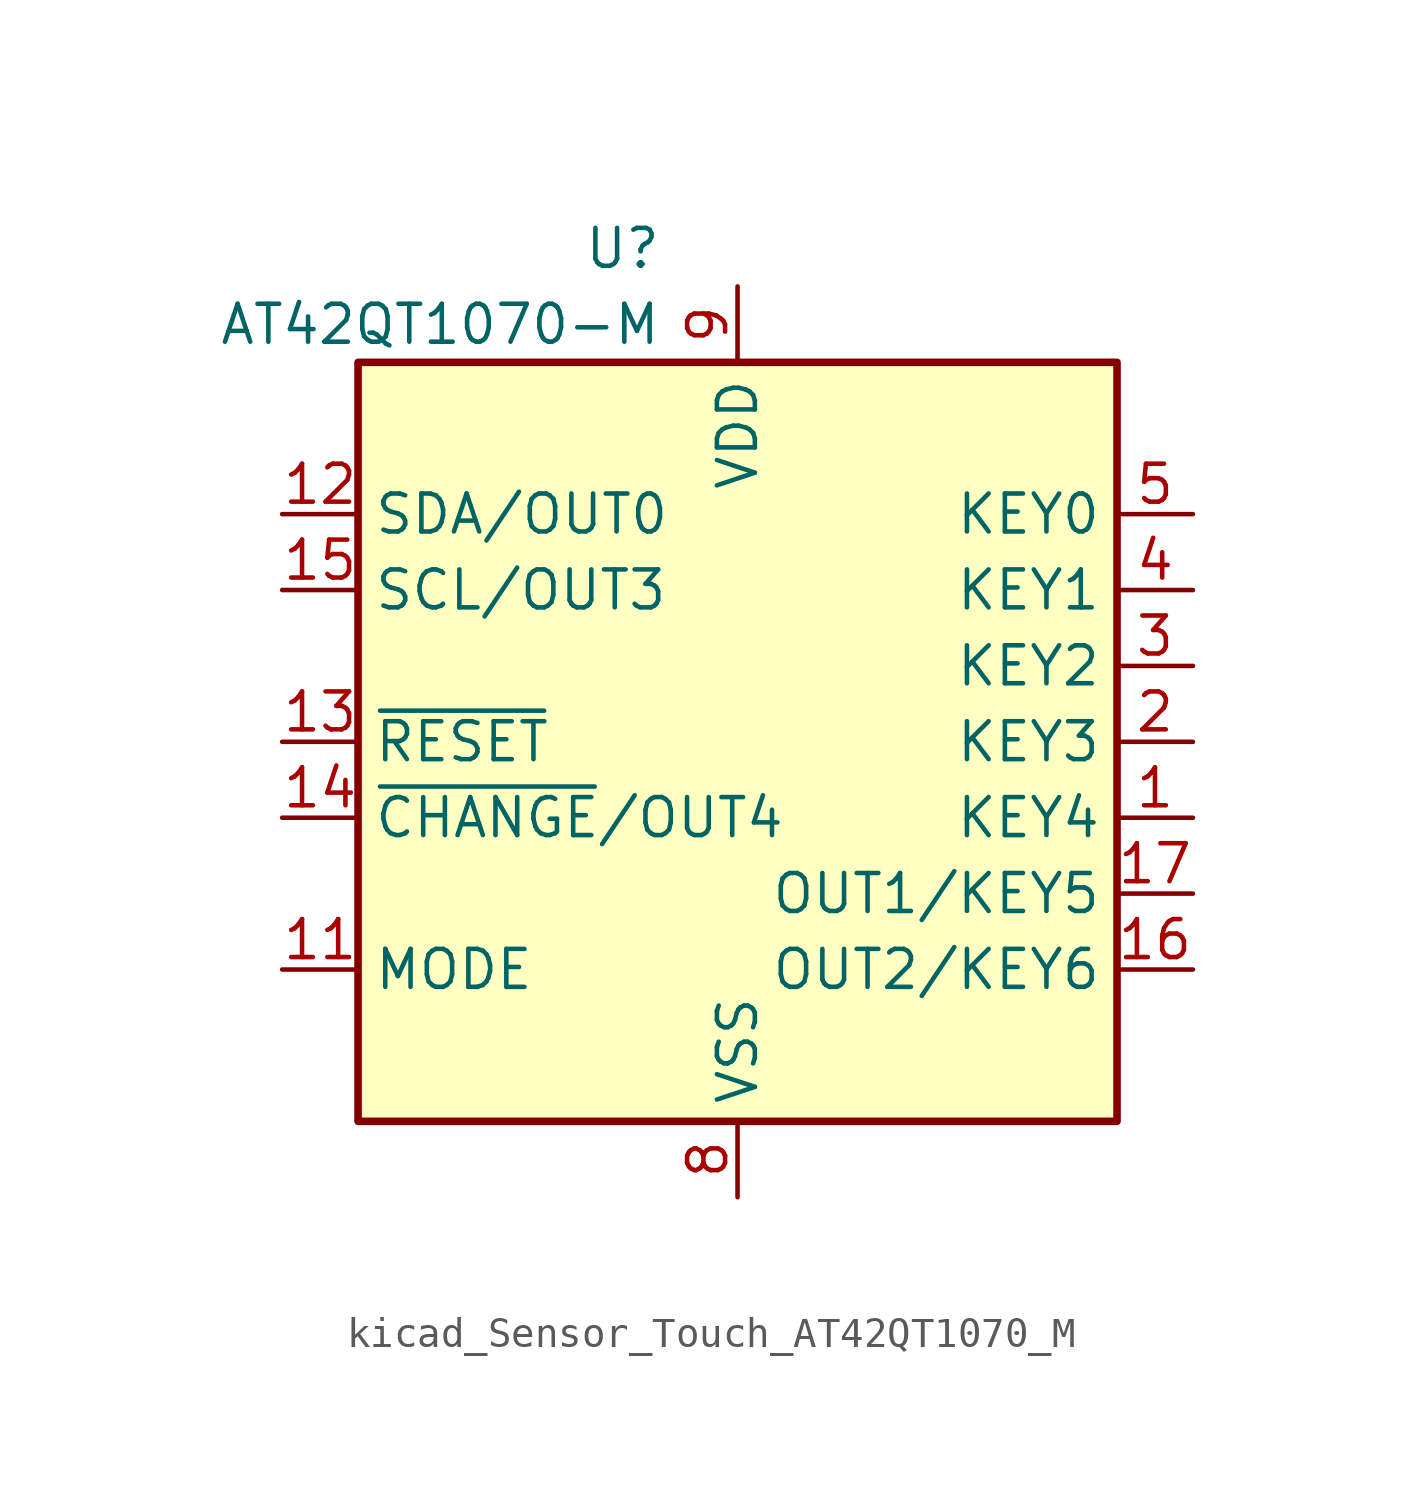
<source format=kicad_sym>
(kicad_symbol_lib
  (version 20220914)
  (generator kicad_symbol_editor)
  (symbol "kicad_Sensor_Touch_AT42QT1070_M"
    (property "Reference" "U"
      (at -2.54 16.51 0)
      (effects (font (size 1.27 1.27)) (justify right)))
    (property "Value" "AT42QT1070-M"
      (at -2.54 13.97 0)
      (effects (font (size 1.27 1.27)) (justify right)))
    (symbol "kicad_Sensor_Touch_AT42QT1070_M_0_1"
      (rectangle (start -12.7 12.7) (end 12.7 -12.7) (stroke (width 0.254) (type default)) (fill (type background))))
    (symbol "kicad_Sensor_Touch_AT42QT1070_M_1_1"
      (pin passive line (at 15.24 -2.54 180) (length 2.54) (name "KEY4" (effects (font (size 1.27 1.27)))) (number "1" (effects (font (size 1.27 1.27)))))
      (pin no_connect line (at -5.08 -12.7 90) (length 2.54) hide (name "NC" (effects (font (size 1.27 1.27)))) (number "10" (effects (font (size 1.27 1.27)))))
      (pin input line (at -15.24 -7.62 0) (length 2.54) (name "MODE" (effects (font (size 1.27 1.27)))) (number "11" (effects (font (size 1.27 1.27)))))
      (pin bidirectional line (at -15.24 7.62 0) (length 2.54) (name "SDA/OUT0" (effects (font (size 1.27 1.27)))) (number "12" (effects (font (size 1.27 1.27)))))
      (pin input line (at -15.24 0 0) (length 2.54) (name "~{RESET}" (effects (font (size 1.27 1.27)))) (number "13" (effects (font (size 1.27 1.27)))))
      (pin open_collector line (at -15.24 -2.54 0) (length 2.54) (name "~{CHANGE}/OUT4" (effects (font (size 1.27 1.27)))) (number "14" (effects (font (size 1.27 1.27)))))
      (pin bidirectional line (at -15.24 5.08 0) (length 2.54) (name "SCL/OUT3" (effects (font (size 1.27 1.27)))) (number "15" (effects (font (size 1.27 1.27)))))
      (pin output line (at 15.24 -7.62 180) (length 2.54) (name "OUT2/KEY6" (effects (font (size 1.27 1.27)))) (number "16" (effects (font (size 1.27 1.27)))))
      (pin output line (at 15.24 -5.08 180) (length 2.54) (name "OUT1/KEY5" (effects (font (size 1.27 1.27)))) (number "17" (effects (font (size 1.27 1.27)))))
      (pin no_connect line (at 5.08 -12.7 90) (length 2.54) hide (name "NC" (effects (font (size 1.27 1.27)))) (number "18" (effects (font (size 1.27 1.27)))))
      (pin no_connect line (at 7.62 -12.7 90) (length 2.54) hide (name "NC" (effects (font (size 1.27 1.27)))) (number "19" (effects (font (size 1.27 1.27)))))
      (pin passive line (at 15.24 0 180) (length 2.54) (name "KEY3" (effects (font (size 1.27 1.27)))) (number "2" (effects (font (size 1.27 1.27)))))
      (pin no_connect line (at 10.16 -12.7 90) (length 2.54) hide (name "NC" (effects (font (size 1.27 1.27)))) (number "20" (effects (font (size 1.27 1.27)))))
      (pin passive line (at 0 -15.24 90) (length 2.54) hide (name "VSS" (effects (font (size 1.27 1.27)))) (number "21" (effects (font (size 1.27 1.27)))))
      (pin passive line (at 15.24 2.54 180) (length 2.54) (name "KEY2" (effects (font (size 1.27 1.27)))) (number "3" (effects (font (size 1.27 1.27)))))
      (pin passive line (at 15.24 5.08 180) (length 2.54) (name "KEY1" (effects (font (size 1.27 1.27)))) (number "4" (effects (font (size 1.27 1.27)))))
      (pin passive line (at 15.24 7.62 180) (length 2.54) (name "KEY0" (effects (font (size 1.27 1.27)))) (number "5" (effects (font (size 1.27 1.27)))))
      (pin no_connect line (at -10.16 -12.7 90) (length 2.54) hide (name "NC" (effects (font (size 1.27 1.27)))) (number "6" (effects (font (size 1.27 1.27)))))
      (pin no_connect line (at -7.62 -12.7 90) (length 2.54) hide (name "NC" (effects (font (size 1.27 1.27)))) (number "7" (effects (font (size 1.27 1.27)))))
      (pin power_in line (at 0 -15.24 90) (length 2.54) (name "VSS" (effects (font (size 1.27 1.27)))) (number "8" (effects (font (size 1.27 1.27)))))
      (pin power_in line (at 0 15.24 270) (length 2.54) (name "VDD" (effects (font (size 1.27 1.27)))) (number "9" (effects (font (size 1.27 1.27))))))))
</source>
